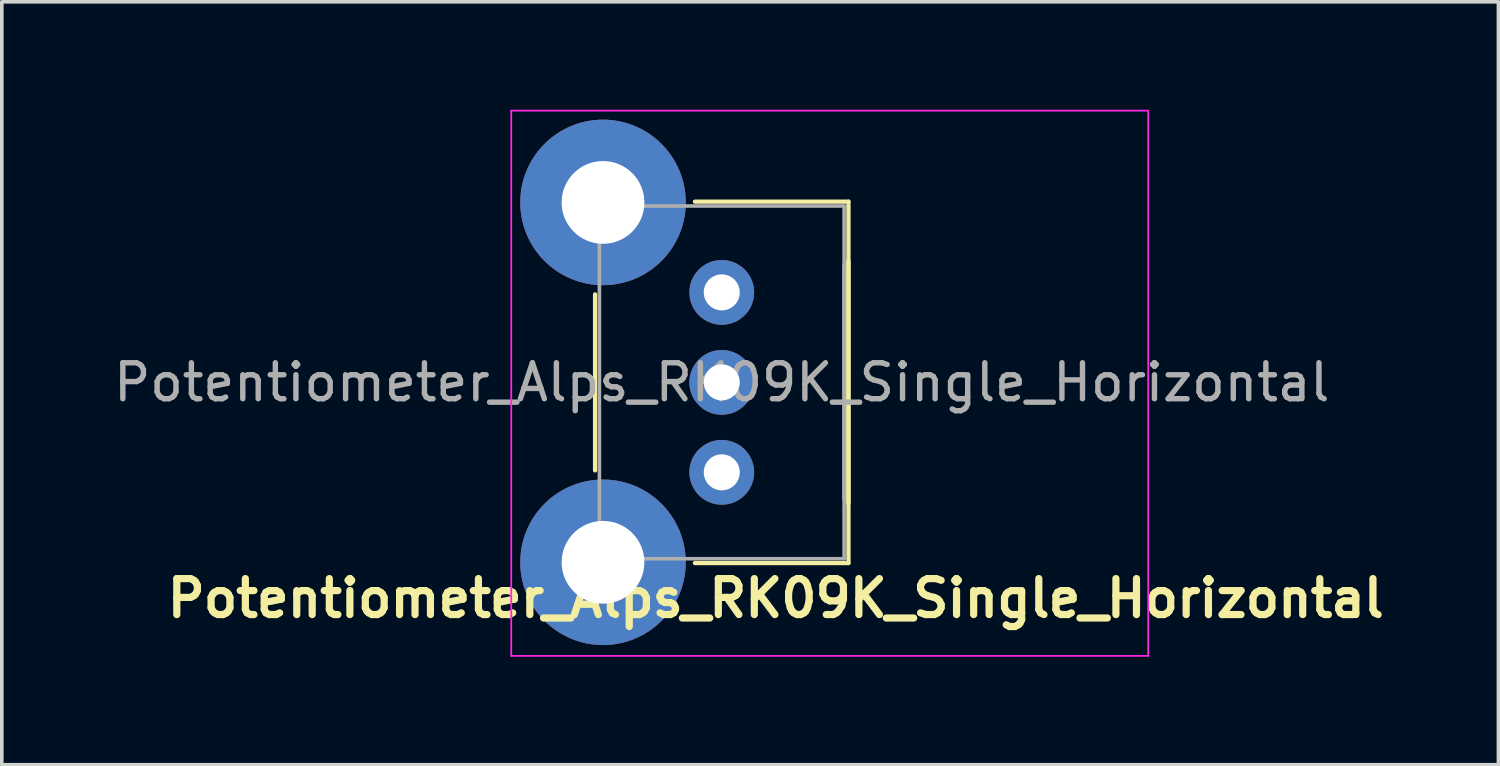
<source format=kicad_pcb>
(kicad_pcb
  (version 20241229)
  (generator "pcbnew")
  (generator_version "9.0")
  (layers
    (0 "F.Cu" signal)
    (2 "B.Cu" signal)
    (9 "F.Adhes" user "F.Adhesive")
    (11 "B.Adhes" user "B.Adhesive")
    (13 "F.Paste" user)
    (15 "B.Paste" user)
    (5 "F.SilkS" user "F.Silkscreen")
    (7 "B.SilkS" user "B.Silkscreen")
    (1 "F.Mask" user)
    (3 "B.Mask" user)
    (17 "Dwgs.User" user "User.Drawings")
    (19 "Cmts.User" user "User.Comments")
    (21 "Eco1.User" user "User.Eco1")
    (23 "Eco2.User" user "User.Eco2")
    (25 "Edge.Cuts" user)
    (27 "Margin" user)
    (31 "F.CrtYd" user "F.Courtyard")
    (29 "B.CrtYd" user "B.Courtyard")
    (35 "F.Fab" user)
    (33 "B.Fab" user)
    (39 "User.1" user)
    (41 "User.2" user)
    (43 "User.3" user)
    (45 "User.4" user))
  (footprint "Potentiometer_Alps_RK09K_Single_Horizontal"
    (layer "F.Cu")
    (at 17.006 10.075)
    (property "Reference" "Potentiometer_Alps_RK09K_Single_Horizontal" (at 1.5 3.5 0) (layer "F.SilkS") (effects (font (size 1 1) (thickness 0.2))))
    (attr through_hole)
    (fp_line (start -3.52 -4.944) (end -3.52 -0.055) (stroke (width 0.12) (type solid)) (layer "F.SilkS"))
    (fp_line (start -0.745 -7.521) (end 3.52 -7.521) (stroke (width 0.12) (type solid)) (layer "F.SilkS"))
    (fp_line (start -0.745 2.52) (end 3.52 2.52) (stroke (width 0.12) (type solid)) (layer "F.SilkS"))
    (fp_line (start 3.52 -7.521) (end 3.52 2.52) (stroke (width 0.12) (type solid)) (layer "F.SilkS"))
    (fp_line (start 3.52 -5.87) (end 3.52 0.87) (stroke (width 0.12) (type solid)) (layer "F.SilkS"))
    (fp_line (start -5.85 -10.05) (end -5.85 5.1) (stroke (width 0.05) (type solid)) (layer "F.CrtYd"))
    (fp_line (start -5.85 5.1) (end 11.85 5.1) (stroke (width 0.05) (type solid)) (layer "F.CrtYd"))
    (fp_line (start 11.85 -10.05) (end -5.85 -10.05) (stroke (width 0.05) (type solid)) (layer "F.CrtYd"))
    (fp_line (start 11.85 5.1) (end 11.85 -10.05) (stroke (width 0.05) (type solid)) (layer "F.CrtYd"))
    (fp_line (start -3.4 -7.4) (end -3.4 2.4) (stroke (width 0.1) (type solid)) (layer "F.Fab"))
    (fp_line (start -3.4 2.4) (end 3.4 2.4) (stroke (width 0.1) (type solid)) (layer "F.Fab"))
    (fp_line (start 3.4 -7.4) (end -3.4 -7.4) (stroke (width 0.1) (type solid)) (layer "F.Fab"))
    (fp_line (start 3.4 -5.75) (end 3.4 0.75) (stroke (width 0.1) (type solid)) (layer "F.Fab"))
    (fp_line (start 3.4 2.4) (end 3.4 -7.4) (stroke (width 0.1) (type solid)) (layer "F.Fab"))
    (fp_text user "${REFERENCE}" (at 0 -2.5 0) (layer "F.Fab") (effects (font (size 1 1) (thickness 0.15))))
    (pad "" thru_hole circle (at -3.3 -7.5) (size 4.6 4.6) (drill 2.3) (layers "*.Cu" "*.Mask"))
    (pad "" thru_hole circle (at -3.3 2.5) (size 4.6 4.6) (drill 2.3) (layers "*.Cu" "*.Mask"))
    (pad "1" thru_hole circle (at 0 0) (size 1.8 1.8) (drill 1) (layers "*.Cu" "*.Mask"))
    (pad "2" thru_hole circle (at 0 -2.5) (size 1.8 1.8) (drill 1) (layers "*.Cu" "*.Mask"))
    (pad "3" thru_hole circle (at 0 -5) (size 1.8 1.8) (drill 1) (layers "*.Cu" "*.Mask")))
  (gr_rect
    (start -3 -3)
    (end 38.587 18.2)
    (stroke (width 0.1) (type default))
    (fill no)
    (layer "Edge.Cuts")))
</source>
